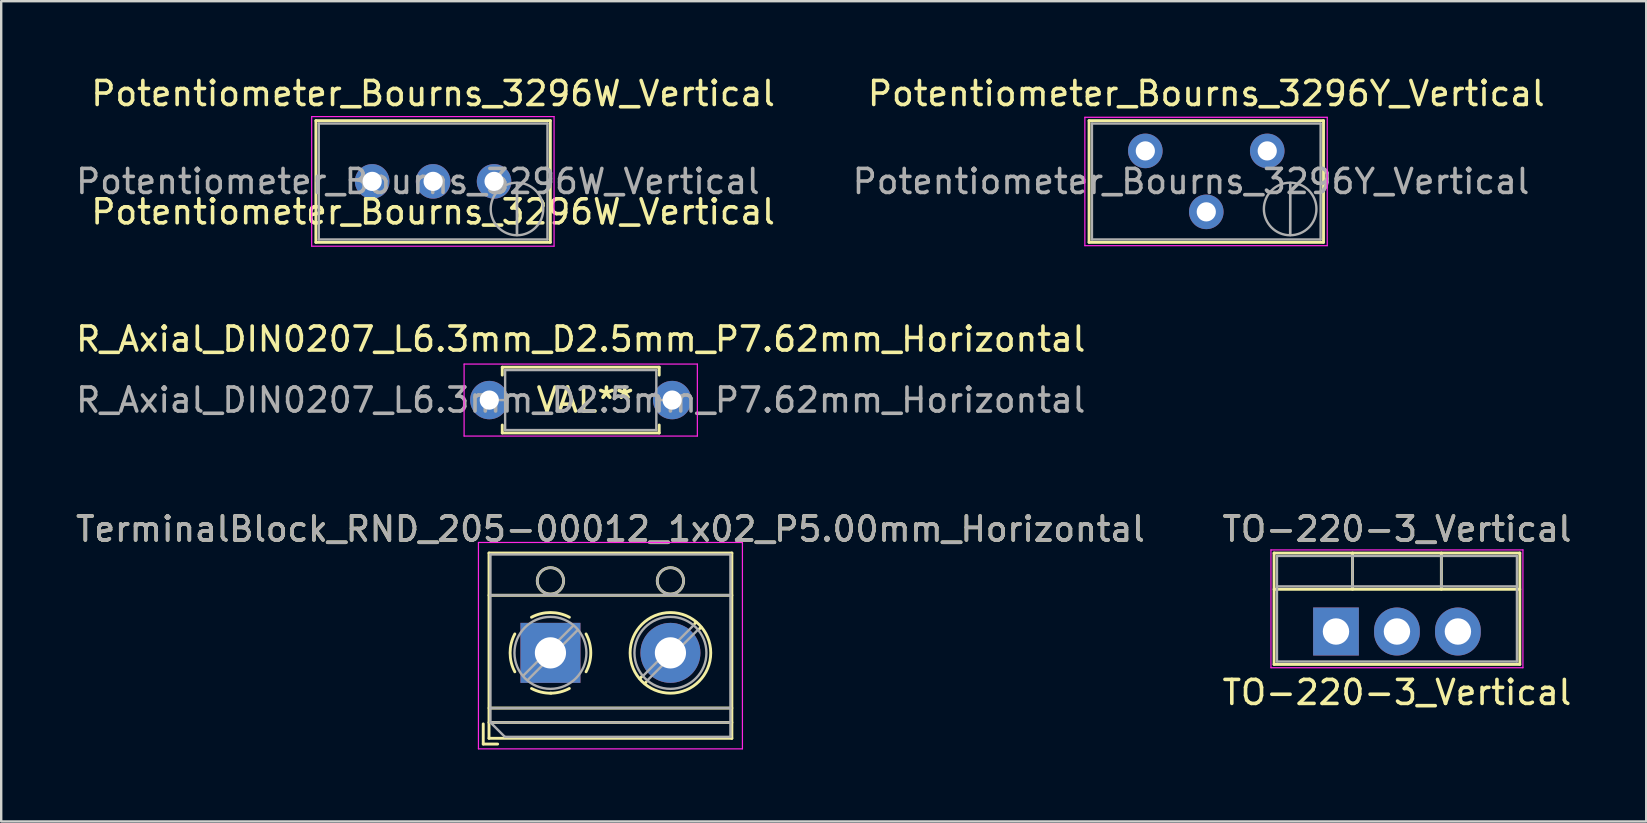
<source format=kicad_pcb>
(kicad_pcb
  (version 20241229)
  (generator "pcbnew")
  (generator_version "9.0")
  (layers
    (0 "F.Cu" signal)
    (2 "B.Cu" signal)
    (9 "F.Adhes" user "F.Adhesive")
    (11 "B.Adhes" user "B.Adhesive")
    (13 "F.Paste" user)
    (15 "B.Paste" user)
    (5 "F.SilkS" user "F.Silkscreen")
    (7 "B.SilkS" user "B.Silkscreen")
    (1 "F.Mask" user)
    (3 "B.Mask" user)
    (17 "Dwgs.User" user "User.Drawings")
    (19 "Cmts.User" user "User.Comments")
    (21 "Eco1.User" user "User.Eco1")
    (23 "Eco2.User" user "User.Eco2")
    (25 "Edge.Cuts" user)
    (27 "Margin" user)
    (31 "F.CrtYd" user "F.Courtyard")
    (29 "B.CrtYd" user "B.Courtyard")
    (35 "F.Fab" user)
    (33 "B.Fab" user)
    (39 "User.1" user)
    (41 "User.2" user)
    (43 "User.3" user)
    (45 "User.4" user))
  (footprint "Potentiometer_Bourns_3296W_Vertical"
    (layer "F.Cu")
    (at 17.538 4.508)
    (property "Reference" "Potentiometer_Bourns_3296W_Vertical" (at -2.54 -3.66 0) (layer "F.SilkS") (effects (font (size 1 1) (thickness 0.15))))
    (property "Value" "Potentiometer_Bourns_3296W_Vertical" (at -2.54 3.67 0) (layer "F.Fab") (hide yes) (effects (font (size 1 1) (thickness 0.15))))
    (attr through_hole)
    (fp_line (start -7.425 -2.53) (end -7.425 2.54) (stroke (width 0.12) (type solid)) (layer "F.SilkS"))
    (fp_line (start -7.425 -2.53) (end 2.345 -2.53) (stroke (width 0.12) (type solid)) (layer "F.SilkS"))
    (fp_line (start -7.425 2.54) (end 2.345 2.54) (stroke (width 0.12) (type solid)) (layer "F.SilkS"))
    (fp_line (start 2.345 -2.53) (end 2.345 2.54) (stroke (width 0.12) (type solid)) (layer "F.SilkS"))
    (fp_line (start -7.6 -2.7) (end -7.6 2.7) (stroke (width 0.05) (type solid)) (layer "F.CrtYd"))
    (fp_line (start -7.6 2.7) (end 2.5 2.7) (stroke (width 0.05) (type solid)) (layer "F.CrtYd"))
    (fp_line (start 2.5 -2.7) (end -7.6 -2.7) (stroke (width 0.05) (type solid)) (layer "F.CrtYd"))
    (fp_line (start 2.5 2.7) (end 2.5 -2.7) (stroke (width 0.05) (type solid)) (layer "F.CrtYd"))
    (fp_line (start -7.305 -2.41) (end -7.305 2.42) (stroke (width 0.1) (type solid)) (layer "F.Fab"))
    (fp_line (start -7.305 2.42) (end 2.225 2.42) (stroke (width 0.1) (type solid)) (layer "F.Fab"))
    (fp_line (start 0.955 2.235) (end 0.956 0.066) (stroke (width 0.1) (type solid)) (layer "F.Fab"))
    (fp_line (start 0.955 2.235) (end 0.956 0.066) (stroke (width 0.1) (type solid)) (layer "F.Fab"))
    (fp_line (start 2.225 -2.41) (end -7.305 -2.41) (stroke (width 0.1) (type solid)) (layer "F.Fab"))
    (fp_line (start 2.225 2.42) (end 2.225 -2.41) (stroke (width 0.1) (type solid)) (layer "F.Fab"))
    (fp_circle (center 0.955 1.15) (end 2.05 1.15) (stroke (width 0.1) (type solid)) (fill no) (layer "F.Fab"))
    (fp_text user "${VALUE}" (at -2.54 1.27 0) (layer "F.SilkS") (effects (font (size 1 1) (thickness 0.15))))
    (fp_text user "${REFERENCE}" (at -3.175 0.005 0) (layer "F.Fab") (effects (font (size 1 1) (thickness 0.15))))
    (pad "1" thru_hole circle (at 0 0) (size 1.44 1.44) (drill 0.8) (layers "*.Cu" "*.Mask"))
    (pad "2" thru_hole circle (at -2.54 0) (size 1.44 1.44) (drill 0.8) (layers "*.Cu" "*.Mask"))
    (pad "3" thru_hole circle (at -5.08 0) (size 1.44 1.44) (drill 0.8) (layers "*.Cu" "*.Mask")))
  (footprint "TO-220-3_Vertical"
    (layer "F.Cu")
    (at 52.621 23.265)
    (property "Reference" "TO-220-3_Vertical" (at 2.54 -4.27 0) (layer "F.SilkS") (effects (font (size 1 1) (thickness 0.15))))
    (property "Value" "TO-220-3_Vertical" (at 2.54 2.5 0) (layer "F.Fab") (hide yes) (effects (font (size 1 1) (thickness 0.15))))
    (attr through_hole)
    (fp_line (start -2.58 -3.27) (end -2.58 1.371) (stroke (width 0.12) (type solid)) (layer "F.SilkS"))
    (fp_line (start -2.58 -3.27) (end 7.66 -3.27) (stroke (width 0.12) (type solid)) (layer "F.SilkS"))
    (fp_line (start -2.58 -1.76) (end 7.66 -1.76) (stroke (width 0.12) (type solid)) (layer "F.SilkS"))
    (fp_line (start -2.58 1.371) (end 7.66 1.371) (stroke (width 0.12) (type solid)) (layer "F.SilkS"))
    (fp_line (start 0.69 -3.27) (end 0.69 -1.76) (stroke (width 0.12) (type solid)) (layer "F.SilkS"))
    (fp_line (start 4.391 -3.27) (end 4.391 -1.76) (stroke (width 0.12) (type solid)) (layer "F.SilkS"))
    (fp_line (start 7.66 -3.27) (end 7.66 1.371) (stroke (width 0.12) (type solid)) (layer "F.SilkS"))
    (fp_line (start -2.71 -3.4) (end -2.71 1.51) (stroke (width 0.05) (type solid)) (layer "F.CrtYd"))
    (fp_line (start -2.71 1.51) (end 7.79 1.51) (stroke (width 0.05) (type solid)) (layer "F.CrtYd"))
    (fp_line (start 7.79 -3.4) (end -2.71 -3.4) (stroke (width 0.05) (type solid)) (layer "F.CrtYd"))
    (fp_line (start 7.79 1.51) (end 7.79 -3.4) (stroke (width 0.05) (type solid)) (layer "F.CrtYd"))
    (fp_line (start -2.46 -3.15) (end -2.46 1.25) (stroke (width 0.1) (type solid)) (layer "F.Fab"))
    (fp_line (start -2.46 -1.88) (end 7.54 -1.88) (stroke (width 0.1) (type solid)) (layer "F.Fab"))
    (fp_line (start -2.46 1.25) (end 7.54 1.25) (stroke (width 0.1) (type solid)) (layer "F.Fab"))
    (fp_line (start 0.69 -3.15) (end 0.69 -1.88) (stroke (width 0.1) (type solid)) (layer "F.Fab"))
    (fp_line (start 4.39 -3.15) (end 4.39 -1.88) (stroke (width 0.1) (type solid)) (layer "F.Fab"))
    (fp_line (start 7.54 -3.15) (end -2.46 -3.15) (stroke (width 0.1) (type solid)) (layer "F.Fab"))
    (fp_line (start 7.54 1.25) (end 7.54 -3.15) (stroke (width 0.1) (type solid)) (layer "F.Fab"))
    (fp_text user "${VALUE}" (at 2.54 2.54 0) (layer "F.SilkS") (effects (font (size 1 1) (thickness 0.15))))
    (fp_text user "${REFERENCE}" (at 2.54 -4.27 0) (layer "F.Fab") (effects (font (size 1 1) (thickness 0.15))))
    (pad "1" thru_hole rect (at 0 0) (size 1.905 2) (drill 1.1) (layers "*.Cu" "*.Mask"))
    (pad "2" thru_hole oval (at 2.54 0) (size 1.905 2) (drill 1.1) (layers "*.Cu" "*.Mask"))
    (pad "3" thru_hole oval (at 5.08 0) (size 1.905 2) (drill 1.1) (layers "*.Cu" "*.Mask")))
  (footprint "R_Axial_DIN0207_L6.3mm_D2.5mm_P7.62mm_Horizontal"
    (layer "F.Cu")
    (at 17.339 13.621)
    (property "Reference" "R_Axial_DIN0207_L6.3mm_D2.5mm_P7.62mm_Horizontal" (at 3.81 -2.54 0) (layer "F.SilkS") (effects (font (size 1 1) (thickness 0.15))))
    (property "Value" "VAL**" (at 3.81 2.37 0) (layer "F.Fab") (hide yes) (effects (font (size 1 1) (thickness 0.15))))
    (attr through_hole)
    (fp_line (start 0.54 -1.37) (end 7.08 -1.37) (stroke (width 0.12) (type solid)) (layer "F.SilkS"))
    (fp_line (start 0.54 -1.04) (end 0.54 -1.37) (stroke (width 0.12) (type solid)) (layer "F.SilkS"))
    (fp_line (start 0.54 1.04) (end 0.54 1.37) (stroke (width 0.12) (type solid)) (layer "F.SilkS"))
    (fp_line (start 0.54 1.37) (end 7.08 1.37) (stroke (width 0.12) (type solid)) (layer "F.SilkS"))
    (fp_line (start 7.08 -1.37) (end 7.08 -1.04) (stroke (width 0.12) (type solid)) (layer "F.SilkS"))
    (fp_line (start 7.08 1.37) (end 7.08 1.04) (stroke (width 0.12) (type solid)) (layer "F.SilkS"))
    (fp_line (start -1.05 -1.5) (end -1.05 1.5) (stroke (width 0.05) (type solid)) (layer "F.CrtYd"))
    (fp_line (start -1.05 1.5) (end 8.67 1.5) (stroke (width 0.05) (type solid)) (layer "F.CrtYd"))
    (fp_line (start 8.67 -1.5) (end -1.05 -1.5) (stroke (width 0.05) (type solid)) (layer "F.CrtYd"))
    (fp_line (start 8.67 1.5) (end 8.67 -1.5) (stroke (width 0.05) (type solid)) (layer "F.CrtYd"))
    (fp_line (start 0 0) (end 0.66 0) (stroke (width 0.1) (type solid)) (layer "F.Fab"))
    (fp_line (start 0.66 -1.25) (end 0.66 1.25) (stroke (width 0.1) (type solid)) (layer "F.Fab"))
    (fp_line (start 0.66 1.25) (end 6.96 1.25) (stroke (width 0.1) (type solid)) (layer "F.Fab"))
    (fp_line (start 6.96 -1.25) (end 0.66 -1.25) (stroke (width 0.1) (type solid)) (layer "F.Fab"))
    (fp_line (start 6.96 1.25) (end 6.96 -1.25) (stroke (width 0.1) (type solid)) (layer "F.Fab"))
    (fp_line (start 7.62 0) (end 6.96 0) (stroke (width 0.1) (type solid)) (layer "F.Fab"))
    (fp_text user "${VALUE}" (at 4 0 0) (layer "F.SilkS") (effects (font (size 1 1) (thickness 0.15))))
    (fp_text user "${REFERENCE}" (at 3.81 0 0) (layer "F.Fab") (effects (font (size 1 1) (thickness 0.15))))
    (pad "1" thru_hole circle (at 0 0) (size 1.6 1.6) (drill 0.8) (layers "*.Cu" "*.Mask"))
    (pad "2" thru_hole oval (at 7.62 0) (size 1.6 1.6) (drill 0.8) (layers "*.Cu" "*.Mask")))
  (footprint "Potentiometer_Bourns_3296Y_Vertical"
    (layer "F.Cu")
    (at 49.756 3.238)
    (property "Reference" "Potentiometer_Bourns_3296Y_Vertical" (at -2.54 -2.39 0) (layer "F.SilkS") (effects (font (size 1 1) (thickness 0.15))))
    (attr through_hole)
    (fp_line (start -7.425 -1.26) (end -7.425 3.81) (stroke (width 0.12) (type solid)) (layer "F.SilkS"))
    (fp_line (start -7.425 -1.26) (end 2.345 -1.26) (stroke (width 0.12) (type solid)) (layer "F.SilkS"))
    (fp_line (start -7.425 3.81) (end 2.345 3.81) (stroke (width 0.12) (type solid)) (layer "F.SilkS"))
    (fp_line (start 2.345 -1.26) (end 2.345 3.81) (stroke (width 0.12) (type solid)) (layer "F.SilkS"))
    (fp_line (start -7.6 -1.4) (end -7.6 3.95) (stroke (width 0.05) (type solid)) (layer "F.CrtYd"))
    (fp_line (start -7.6 3.95) (end 2.5 3.95) (stroke (width 0.05) (type solid)) (layer "F.CrtYd"))
    (fp_line (start 2.5 -1.4) (end -7.6 -1.4) (stroke (width 0.05) (type solid)) (layer "F.CrtYd"))
    (fp_line (start 2.5 3.95) (end 2.5 -1.4) (stroke (width 0.05) (type solid)) (layer "F.CrtYd"))
    (fp_line (start -7.305 -1.14) (end -7.305 3.69) (stroke (width 0.1) (type solid)) (layer "F.Fab"))
    (fp_line (start -7.305 3.69) (end 2.225 3.69) (stroke (width 0.1) (type solid)) (layer "F.Fab"))
    (fp_line (start 0.955 3.505) (end 0.956 1.336) (stroke (width 0.1) (type solid)) (layer "F.Fab"))
    (fp_line (start 0.955 3.505) (end 0.956 1.336) (stroke (width 0.1) (type solid)) (layer "F.Fab"))
    (fp_line (start 2.225 -1.14) (end -7.305 -1.14) (stroke (width 0.1) (type solid)) (layer "F.Fab"))
    (fp_line (start 2.225 3.69) (end 2.225 -1.14) (stroke (width 0.1) (type solid)) (layer "F.Fab"))
    (fp_circle (center 0.955 2.42) (end 2.05 2.42) (stroke (width 0.1) (type solid)) (fill no) (layer "F.Fab"))
    (fp_text user "${REFERENCE}" (at -3.175 1.275 0) (layer "F.Fab") (effects (font (size 1 1) (thickness 0.15))))
    (pad "1" thru_hole circle (at 0 0) (size 1.44 1.44) (drill 0.8) (layers "*.Cu" "*.Mask"))
    (pad "2" thru_hole circle (at -2.54 2.54) (size 1.44 1.44) (drill 0.8) (layers "*.Cu" "*.Mask"))
    (pad "3" thru_hole circle (at -5.08 0) (size 1.44 1.44) (drill 0.8) (layers "*.Cu" "*.Mask")))
  (footprint "TerminalBlock_RND_205-00012_1x02_P5.00mm_Horizontal"
    (layer "F.Cu")
    (at 19.887 24.155)
    (property "Reference" "TerminalBlock_RND_205-00012_1x02_P5.00mm_Horizontal" (at 2.5 -5.16 0) (layer "F.SilkS") (effects (font (size 1 1) (thickness 0.15))))
    (attr through_hole)
    (fp_line (start -2.8 2.96) (end -2.8 3.8) (stroke (width 0.12) (type solid)) (layer "F.SilkS"))
    (fp_line (start -2.8 3.8) (end -2.2 3.8) (stroke (width 0.12) (type solid)) (layer "F.SilkS"))
    (fp_line (start -2.56 -4.16) (end -2.56 3.561) (stroke (width 0.12) (type solid)) (layer "F.SilkS"))
    (fp_line (start -2.56 -4.16) (end 7.56 -4.16) (stroke (width 0.12) (type solid)) (layer "F.SilkS"))
    (fp_line (start -2.56 -2.4) (end 7.56 -2.4) (stroke (width 0.12) (type solid)) (layer "F.SilkS"))
    (fp_line (start -2.56 2.3) (end 7.56 2.3) (stroke (width 0.12) (type solid)) (layer "F.SilkS"))
    (fp_line (start -2.56 2.9) (end 7.56 2.9) (stroke (width 0.12) (type solid)) (layer "F.SilkS"))
    (fp_line (start -2.56 3.561) (end 7.56 3.561) (stroke (width 0.12) (type solid)) (layer "F.SilkS"))
    (fp_line (start 3.82 0.976) (end 3.726 1.069) (stroke (width 0.12) (type solid)) (layer "F.SilkS"))
    (fp_line (start 3.99 1.216) (end 3.931 1.274) (stroke (width 0.12) (type solid)) (layer "F.SilkS"))
    (fp_line (start 6.07 -1.275) (end 6.011 -1.216) (stroke (width 0.12) (type solid)) (layer "F.SilkS"))
    (fp_line (start 6.275 -1.069) (end 6.181 -0.976) (stroke (width 0.12) (type solid)) (layer "F.SilkS"))
    (fp_line (start 7.56 -4.16) (end 7.56 3.561) (stroke (width 0.12) (type solid)) (layer "F.SilkS"))
    (fp_arc (start -1.483953 0.789089) (mid -1.680708 0.00005) (end -1.484 -0.789) (stroke (width 0.12) (type solid)) (layer "F.SilkS"))
    (fp_arc (start -0.789089 -1.483953) (mid -0.00005 -1.680708) (end 0.789 -1.484) (stroke (width 0.12) (type solid)) (layer "F.SilkS"))
    (fp_arc (start 0.029383 1.68045) (mid -0.392304 1.634281) (end -0.789 1.484) (stroke (width 0.12) (type solid)) (layer "F.SilkS"))
    (fp_arc (start 0.788712 1.483352) (mid 0.406429 1.630097) (end 0 1.68) (stroke (width 0.12) (type solid)) (layer "F.SilkS"))
    (fp_arc (start 1.483953 -0.789089) (mid 1.680708 -0.00005) (end 1.484 0.789) (stroke (width 0.12) (type solid)) (layer "F.SilkS"))
    (fp_circle (center 0 -3) (end 0.55 -3) (stroke (width 0.12) (type solid)) (fill no) (layer "F.SilkS"))
    (fp_circle (center 5 -3) (end 5.55 -3) (stroke (width 0.12) (type solid)) (fill no) (layer "F.SilkS"))
    (fp_circle (center 5 0) (end 6.68 0) (stroke (width 0.12) (type solid)) (fill no) (layer "F.SilkS"))
    (fp_line (start -3 -4.6) (end -3 4) (stroke (width 0.05) (type solid)) (layer "F.CrtYd"))
    (fp_line (start -3 4) (end 8 4) (stroke (width 0.05) (type solid)) (layer "F.CrtYd"))
    (fp_line (start 8 -4.6) (end -3 -4.6) (stroke (width 0.05) (type solid)) (layer "F.CrtYd"))
    (fp_line (start 8 4) (end 8 -4.6) (stroke (width 0.05) (type solid)) (layer "F.CrtYd"))
    (fp_line (start -2.5 -4.1) (end 7.5 -4.1) (stroke (width 0.1) (type solid)) (layer "F.Fab"))
    (fp_line (start -2.5 -2.4) (end 7.5 -2.4) (stroke (width 0.1) (type solid)) (layer "F.Fab"))
    (fp_line (start -2.5 2.3) (end 7.5 2.3) (stroke (width 0.1) (type solid)) (layer "F.Fab"))
    (fp_line (start -2.5 2.9) (end -2.5 -4.1) (stroke (width 0.1) (type solid)) (layer "F.Fab"))
    (fp_line (start -2.5 2.9) (end 7.5 2.9) (stroke (width 0.1) (type solid)) (layer "F.Fab"))
    (fp_line (start -1.9 3.5) (end -2.5 2.9) (stroke (width 0.1) (type solid)) (layer "F.Fab"))
    (fp_line (start 0.955 -1.138) (end -1.138 0.955) (stroke (width 0.1) (type solid)) (layer "F.Fab"))
    (fp_line (start 1.138 -0.955) (end -0.955 1.138) (stroke (width 0.1) (type solid)) (layer "F.Fab"))
    (fp_line (start 5.955 -1.138) (end 3.863 0.955) (stroke (width 0.1) (type solid)) (layer "F.Fab"))
    (fp_line (start 6.138 -0.955) (end 4.046 1.138) (stroke (width 0.1) (type solid)) (layer "F.Fab"))
    (fp_line (start 7.5 -4.1) (end 7.5 3.5) (stroke (width 0.1) (type solid)) (layer "F.Fab"))
    (fp_line (start 7.5 3.5) (end -1.9 3.5) (stroke (width 0.1) (type solid)) (layer "F.Fab"))
    (fp_circle (center 0 -3) (end 0.55 -3) (stroke (width 0.1) (type solid)) (fill no) (layer "F.Fab"))
    (fp_circle (center 0 0) (end 1.5 0) (stroke (width 0.1) (type solid)) (fill no) (layer "F.Fab"))
    (fp_circle (center 5 -3) (end 5.55 -3) (stroke (width 0.1) (type solid)) (fill no) (layer "F.Fab"))
    (fp_circle (center 5 0) (end 6.5 0) (stroke (width 0.1) (type solid)) (fill no) (layer "F.Fab"))
    (fp_text user "${REFERENCE}" (at 2.5 -5.16 0) (layer "F.Fab") (effects (font (size 1 1) (thickness 0.15))))
    (pad "1" thru_hole rect (at 0 0) (size 2.5 2.5) (drill 1.3) (layers "*.Cu" "*.Mask"))
    (pad "2" thru_hole circle (at 5 0) (size 2.5 2.5) (drill 1.3) (layers "*.Cu" "*.Mask")))
  (gr_rect
    (start -3 -3)
    (end 65.548 31.18)
    (stroke (width 0.1) (type default))
    (fill no)
    (layer "Edge.Cuts")))
</source>
